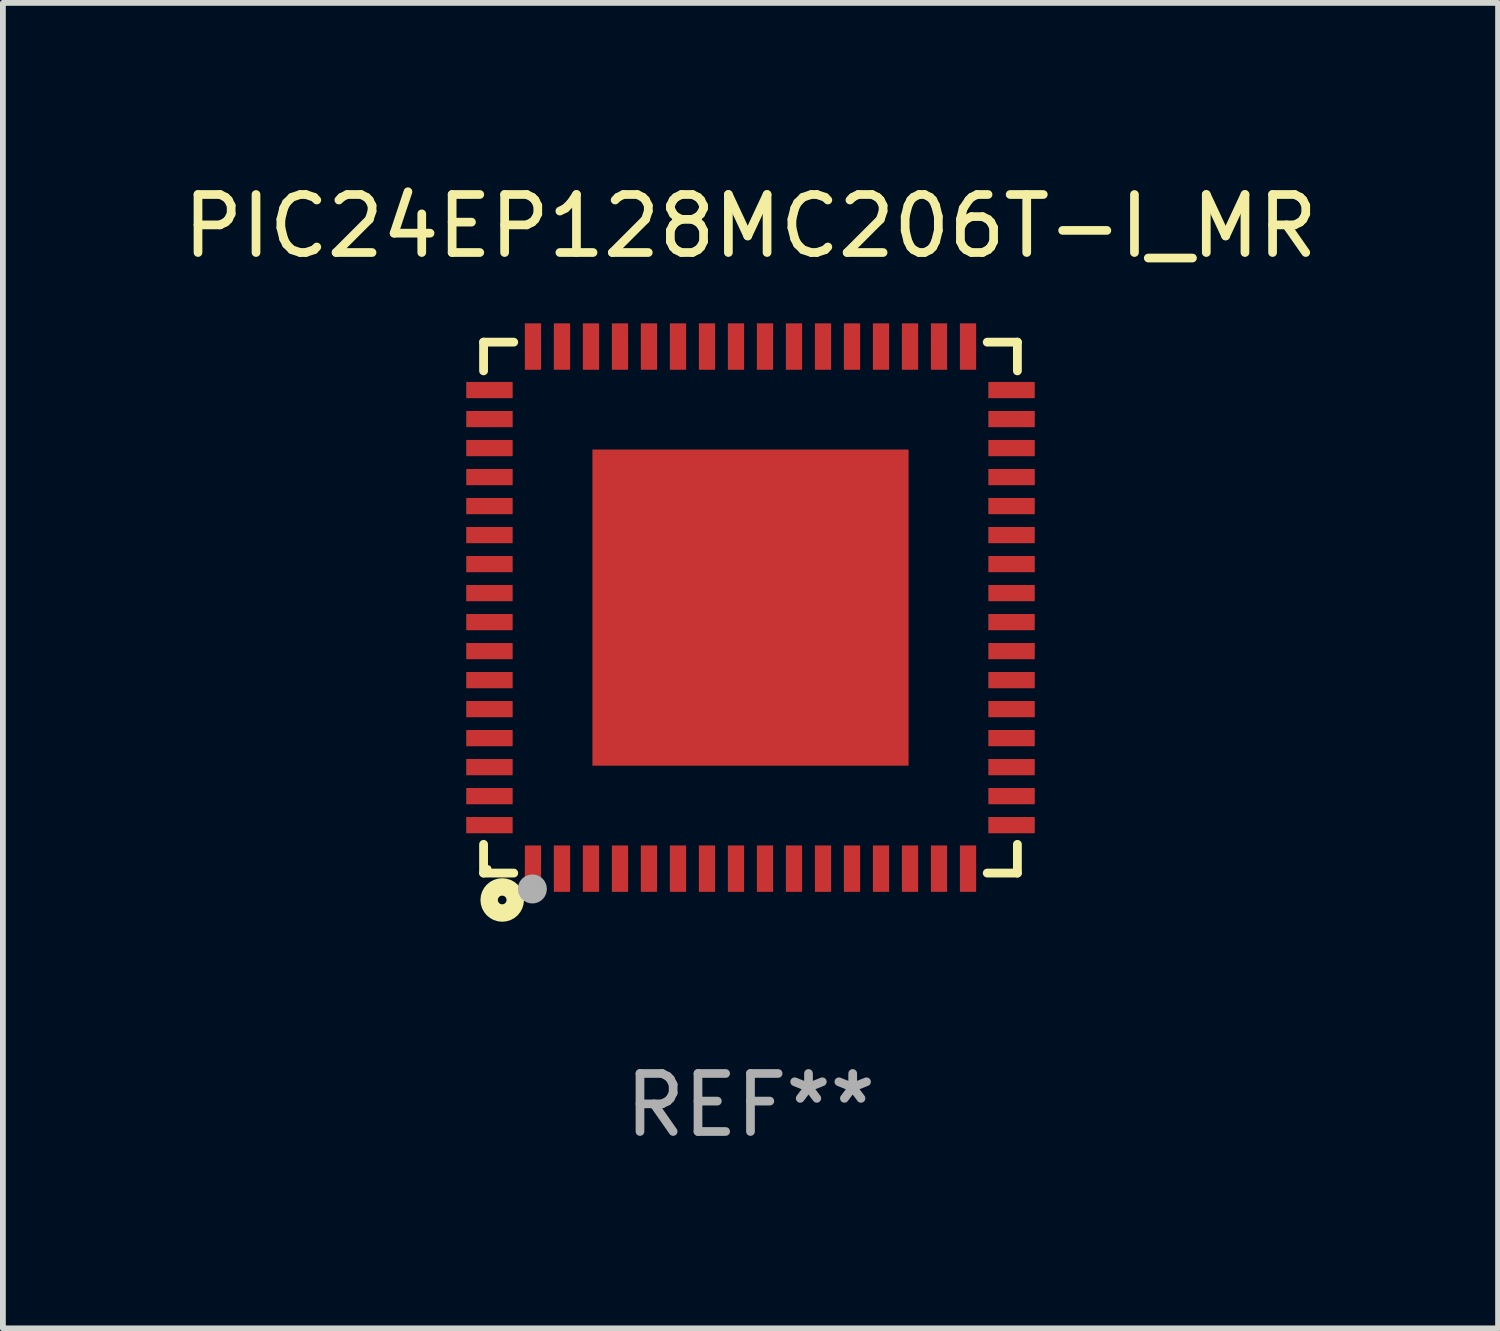
<source format=kicad_pcb>
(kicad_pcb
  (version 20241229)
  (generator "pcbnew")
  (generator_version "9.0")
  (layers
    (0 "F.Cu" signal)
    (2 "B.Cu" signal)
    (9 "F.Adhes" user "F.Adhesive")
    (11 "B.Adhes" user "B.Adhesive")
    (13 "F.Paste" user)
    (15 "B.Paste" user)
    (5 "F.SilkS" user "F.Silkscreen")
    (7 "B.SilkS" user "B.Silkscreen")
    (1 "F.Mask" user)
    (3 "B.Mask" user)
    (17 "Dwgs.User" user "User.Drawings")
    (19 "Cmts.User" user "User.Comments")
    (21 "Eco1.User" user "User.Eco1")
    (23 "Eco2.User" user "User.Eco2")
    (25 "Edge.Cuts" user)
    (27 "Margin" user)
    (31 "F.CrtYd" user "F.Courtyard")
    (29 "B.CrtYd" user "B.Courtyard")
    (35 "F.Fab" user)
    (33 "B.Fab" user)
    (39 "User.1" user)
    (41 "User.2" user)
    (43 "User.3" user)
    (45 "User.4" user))
  (footprint "PIC24EP128MC206T-I_MR"
    (layer "F.Cu")
    (at 9.887 7.424)
    (property "Reference" "PIC24EP128MC206T-I_MR" (at 0 -6.576 0) (layer "F.SilkS") (effects (font (size 1 1) (thickness 0.15))))
    (attr through_hole)
    (fp_line (start -4.601 -4.576) (end -4.081 -4.576) (stroke (width 0.152) (type solid)) (layer "F.SilkS"))
    (fp_line (start -4.601 -4.081) (end -4.601 -4.576) (stroke (width 0.152) (type solid)) (layer "F.SilkS"))
    (fp_line (start -4.601 4.081) (end -4.601 4.576) (stroke (width 0.152) (type solid)) (layer "F.SilkS"))
    (fp_line (start -4.601 4.576) (end -4.081 4.576) (stroke (width 0.152) (type solid)) (layer "F.SilkS"))
    (fp_line (start 4.601 -4.576) (end 4.081 -4.576) (stroke (width 0.152) (type solid)) (layer "F.SilkS"))
    (fp_line (start 4.601 -4.081) (end 4.601 -4.576) (stroke (width 0.152) (type solid)) (layer "F.SilkS"))
    (fp_line (start 4.601 4.081) (end 4.601 4.576) (stroke (width 0.152) (type solid)) (layer "F.SilkS"))
    (fp_line (start 4.601 4.576) (end 4.081 4.576) (stroke (width 0.152) (type solid)) (layer "F.SilkS"))
    (fp_circle (center -4.525 4.5) (end -4.495 4.5) (stroke (width 0.06) (type solid)) (fill no) (layer "F.SilkS"))
    (fp_circle (center -4.28 5.04) (end -4.205 5.04) (stroke (width 0.3) (type solid)) (fill no) (layer "F.SilkS"))
    (fp_circle (center -3.76 4.85) (end -3.635 4.85) (stroke (width 0.25) (type solid)) (fill no) (layer "F.Fab"))
    (fp_text user "REF**" (at 0 8.576 0) (layer "F.Fab") (effects (font (size 1 1) (thickness 0.15))))
    (pad "1" smd rect (at -3.75 4.5) (size 0.28 0.8) (layers "F.Cu" "F.Mask" "F.Paste"))
    (pad "2" smd rect (at -3.25 4.5) (size 0.28 0.8) (layers "F.Cu" "F.Mask" "F.Paste"))
    (pad "3" smd rect (at -2.75 4.5) (size 0.28 0.8) (layers "F.Cu" "F.Mask" "F.Paste"))
    (pad "4" smd rect (at -2.25 4.5) (size 0.28 0.8) (layers "F.Cu" "F.Mask" "F.Paste"))
    (pad "5" smd rect (at -1.75 4.5) (size 0.28 0.8) (layers "F.Cu" "F.Mask" "F.Paste"))
    (pad "6" smd rect (at -1.25 4.5) (size 0.28 0.8) (layers "F.Cu" "F.Mask" "F.Paste"))
    (pad "7" smd rect (at -0.75 4.5) (size 0.28 0.8) (layers "F.Cu" "F.Mask" "F.Paste"))
    (pad "8" smd rect (at -0.25 4.5) (size 0.28 0.8) (layers "F.Cu" "F.Mask" "F.Paste"))
    (pad "9" smd rect (at 0.25 4.5) (size 0.28 0.8) (layers "F.Cu" "F.Mask" "F.Paste"))
    (pad "10" smd rect (at 0.75 4.5) (size 0.28 0.8) (layers "F.Cu" "F.Mask" "F.Paste"))
    (pad "11" smd rect (at 1.25 4.5) (size 0.28 0.8) (layers "F.Cu" "F.Mask" "F.Paste"))
    (pad "12" smd rect (at 1.75 4.5) (size 0.28 0.8) (layers "F.Cu" "F.Mask" "F.Paste"))
    (pad "13" smd rect (at 2.25 4.5) (size 0.28 0.8) (layers "F.Cu" "F.Mask" "F.Paste"))
    (pad "14" smd rect (at 2.75 4.5) (size 0.28 0.8) (layers "F.Cu" "F.Mask" "F.Paste"))
    (pad "15" smd rect (at 3.25 4.5) (size 0.28 0.8) (layers "F.Cu" "F.Mask" "F.Paste"))
    (pad "16" smd rect (at 3.75 4.5) (size 0.28 0.8) (layers "F.Cu" "F.Mask" "F.Paste"))
    (pad "17" smd rect (at 4.5 3.75) (size 0.8 0.28) (layers "F.Cu" "F.Mask" "F.Paste"))
    (pad "18" smd rect (at 4.5 3.25) (size 0.8 0.28) (layers "F.Cu" "F.Mask" "F.Paste"))
    (pad "19" smd rect (at 4.5 2.75) (size 0.8 0.28) (layers "F.Cu" "F.Mask" "F.Paste"))
    (pad "20" smd rect (at 4.5 2.25) (size 0.8 0.28) (layers "F.Cu" "F.Mask" "F.Paste"))
    (pad "21" smd rect (at 4.5 1.75) (size 0.8 0.28) (layers "F.Cu" "F.Mask" "F.Paste"))
    (pad "22" smd rect (at 4.5 1.25) (size 0.8 0.28) (layers "F.Cu" "F.Mask" "F.Paste"))
    (pad "23" smd rect (at 4.5 0.75) (size 0.8 0.28) (layers "F.Cu" "F.Mask" "F.Paste"))
    (pad "24" smd rect (at 4.5 0.25) (size 0.8 0.28) (layers "F.Cu" "F.Mask" "F.Paste"))
    (pad "25" smd rect (at 4.5 -0.25) (size 0.8 0.28) (layers "F.Cu" "F.Mask" "F.Paste"))
    (pad "26" smd rect (at 4.5 -0.75) (size 0.8 0.28) (layers "F.Cu" "F.Mask" "F.Paste"))
    (pad "27" smd rect (at 4.5 -1.25) (size 0.8 0.28) (layers "F.Cu" "F.Mask" "F.Paste"))
    (pad "28" smd rect (at 4.5 -1.75) (size 0.8 0.28) (layers "F.Cu" "F.Mask" "F.Paste"))
    (pad "29" smd rect (at 4.5 -2.25) (size 0.8 0.28) (layers "F.Cu" "F.Mask" "F.Paste"))
    (pad "30" smd rect (at 4.5 -2.75) (size 0.8 0.28) (layers "F.Cu" "F.Mask" "F.Paste"))
    (pad "31" smd rect (at 4.5 -3.25) (size 0.8 0.28) (layers "F.Cu" "F.Mask" "F.Paste"))
    (pad "32" smd rect (at 4.5 -3.75) (size 0.8 0.28) (layers "F.Cu" "F.Mask" "F.Paste"))
    (pad "33" smd rect (at 3.75 -4.5) (size 0.28 0.8) (layers "F.Cu" "F.Mask" "F.Paste"))
    (pad "34" smd rect (at 3.25 -4.5) (size 0.28 0.8) (layers "F.Cu" "F.Mask" "F.Paste"))
    (pad "35" smd rect (at 2.75 -4.5) (size 0.28 0.8) (layers "F.Cu" "F.Mask" "F.Paste"))
    (pad "36" smd rect (at 2.25 -4.5) (size 0.28 0.8) (layers "F.Cu" "F.Mask" "F.Paste"))
    (pad "37" smd rect (at 1.75 -4.5) (size 0.28 0.8) (layers "F.Cu" "F.Mask" "F.Paste"))
    (pad "38" smd rect (at 1.25 -4.5) (size 0.28 0.8) (layers "F.Cu" "F.Mask" "F.Paste"))
    (pad "39" smd rect (at 0.75 -4.5) (size 0.28 0.8) (layers "F.Cu" "F.Mask" "F.Paste"))
    (pad "40" smd rect (at 0.25 -4.5) (size 0.28 0.8) (layers "F.Cu" "F.Mask" "F.Paste"))
    (pad "41" smd rect (at -0.25 -4.5) (size 0.28 0.8) (layers "F.Cu" "F.Mask" "F.Paste"))
    (pad "42" smd rect (at -0.75 -4.5) (size 0.28 0.8) (layers "F.Cu" "F.Mask" "F.Paste"))
    (pad "43" smd rect (at -1.25 -4.5) (size 0.28 0.8) (layers "F.Cu" "F.Mask" "F.Paste"))
    (pad "44" smd rect (at -1.75 -4.5) (size 0.28 0.8) (layers "F.Cu" "F.Mask" "F.Paste"))
    (pad "45" smd rect (at -2.25 -4.5) (size 0.28 0.8) (layers "F.Cu" "F.Mask" "F.Paste"))
    (pad "46" smd rect (at -2.75 -4.5) (size 0.28 0.8) (layers "F.Cu" "F.Mask" "F.Paste"))
    (pad "47" smd rect (at -3.25 -4.5) (size 0.28 0.8) (layers "F.Cu" "F.Mask" "F.Paste"))
    (pad "48" smd rect (at -3.75 -4.5) (size 0.28 0.8) (layers "F.Cu" "F.Mask" "F.Paste"))
    (pad "49" smd rect (at -4.5 -3.75) (size 0.8 0.28) (layers "F.Cu" "F.Mask" "F.Paste"))
    (pad "50" smd rect (at -4.5 -3.25) (size 0.8 0.28) (layers "F.Cu" "F.Mask" "F.Paste"))
    (pad "51" smd rect (at -4.5 -2.75) (size 0.8 0.28) (layers "F.Cu" "F.Mask" "F.Paste"))
    (pad "52" smd rect (at -4.5 -2.25) (size 0.8 0.28) (layers "F.Cu" "F.Mask" "F.Paste"))
    (pad "53" smd rect (at -4.5 -1.75) (size 0.8 0.28) (layers "F.Cu" "F.Mask" "F.Paste"))
    (pad "54" smd rect (at -4.5 -1.25) (size 0.8 0.28) (layers "F.Cu" "F.Mask" "F.Paste"))
    (pad "55" smd rect (at -4.5 -0.75) (size 0.8 0.28) (layers "F.Cu" "F.Mask" "F.Paste"))
    (pad "56" smd rect (at -4.5 -0.25) (size 0.8 0.28) (layers "F.Cu" "F.Mask" "F.Paste"))
    (pad "57" smd rect (at -4.5 0.25) (size 0.8 0.28) (layers "F.Cu" "F.Mask" "F.Paste"))
    (pad "58" smd rect (at -4.5 0.75) (size 0.8 0.28) (layers "F.Cu" "F.Mask" "F.Paste"))
    (pad "59" smd rect (at -4.5 1.25) (size 0.8 0.28) (layers "F.Cu" "F.Mask" "F.Paste"))
    (pad "60" smd rect (at -4.5 1.75) (size 0.8 0.28) (layers "F.Cu" "F.Mask" "F.Paste"))
    (pad "61" smd rect (at -4.5 2.25) (size 0.8 0.28) (layers "F.Cu" "F.Mask" "F.Paste"))
    (pad "62" smd rect (at -4.5 2.75) (size 0.8 0.28) (layers "F.Cu" "F.Mask" "F.Paste"))
    (pad "63" smd rect (at -4.5 3.25) (size 0.8 0.28) (layers "F.Cu" "F.Mask" "F.Paste"))
    (pad "64" smd rect (at -4.5 3.75) (size 0.8 0.28) (layers "F.Cu" "F.Mask" "F.Paste"))
    (pad "65" smd rect (at 0 0) (size 5.45 5.45) (layers "F.Cu" "F.Mask" "F.Paste")))
  (gr_rect
    (start -3 -3)
    (end 22.774 19.849)
    (stroke (width 0.1) (type default))
    (fill no)
    (layer "Edge.Cuts")))
</source>
